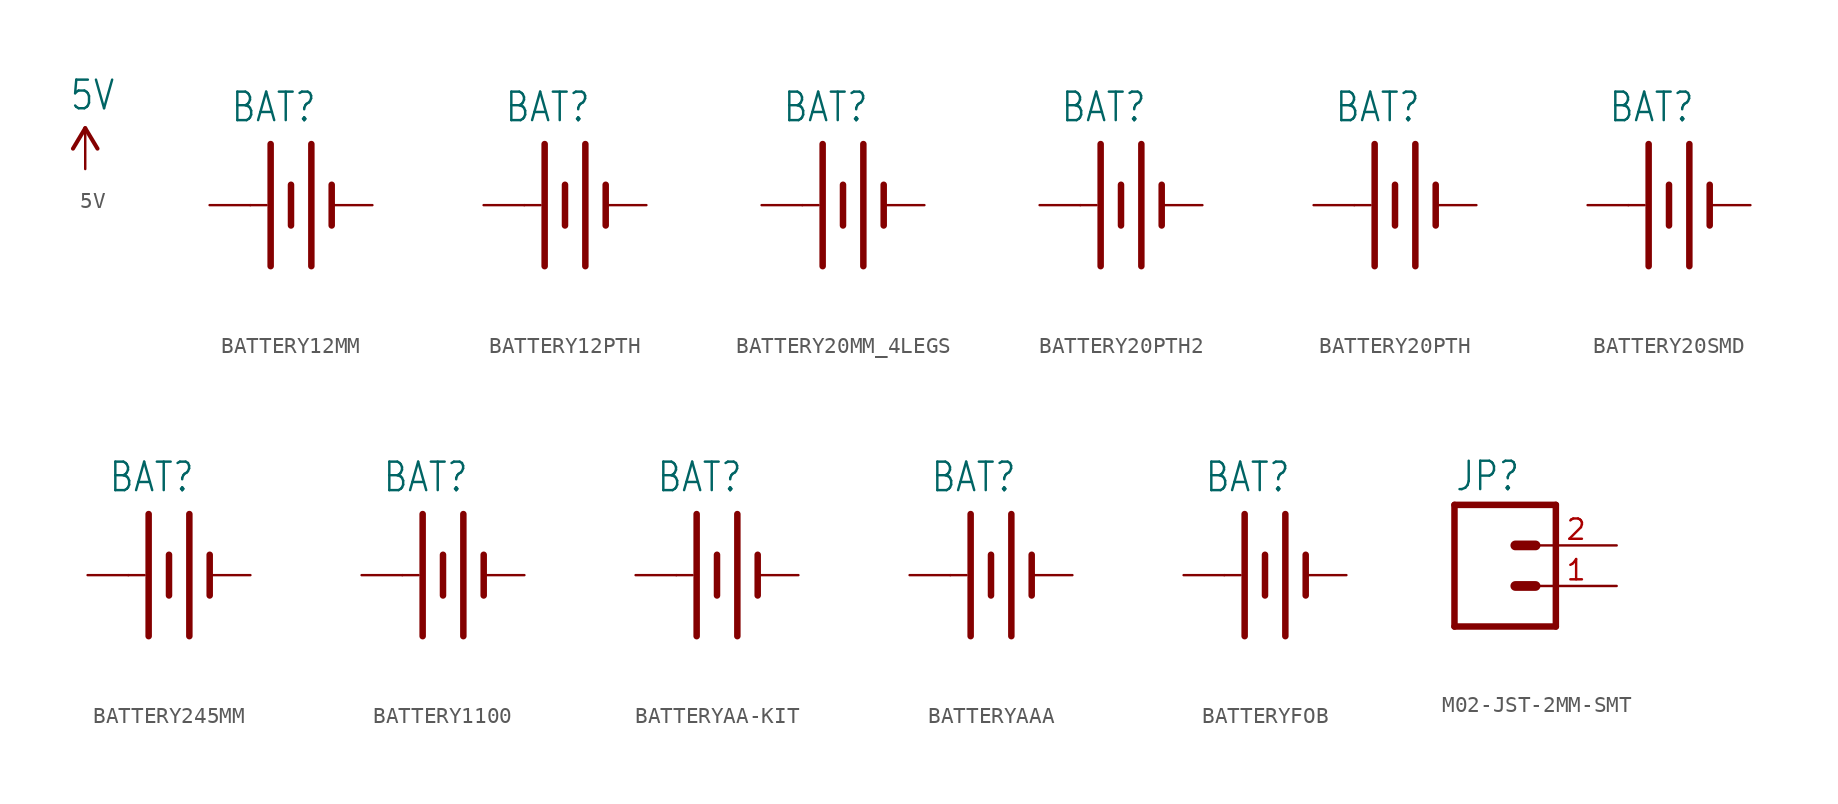
<source format=kicad_sym>
(kicad_symbol_lib
  (version 20220914)
  (generator kicad_symbol_editor)
  (symbol "5V"
    (power)
    (property "Reference" ""
      (at 0 0 0)
      (effects (font (size 1.27 1.27)) hide))
    (property "Value" "5V"
      (at -1.016 3.556 0)
      (effects (font (size 1.778 1.511)) (justify left bottom)))
    (property "ki_locked" ""
      (at 0 0 0)
      (effects (font (size 1.27 1.27))))
    (symbol "5V_1_0"
      (polyline (pts (xy 0 2.54) (xy -0.762 1.27)) (stroke (width 0.254) (type solid)) (fill (type none)))
      (polyline (pts (xy 0.762 1.27) (xy 0 2.54)) (stroke (width 0.254) (type solid)) (fill (type none)))
      (pin power_in line (at 0 0 90) (length 2.54) (name "5V" (effects (font (size 0 0)))) (number "1" (effects (font (size 0 0)))))))
  (symbol "BATTERY12MM"
    (property "Reference" "BAT"
      (at -3.81 5.08 0)
      (effects (font (size 1.778 1.511)) (justify left bottom)))
    (property "Value" ""
      (at -3.81 -6.35 0)
      (effects (font (size 1.778 1.511)) (justify left bottom)))
    (property "ki_locked" ""
      (at 0 0 0)
      (effects (font (size 1.27 1.27))))
    (symbol "BATTERY12MM_1_0"
      (polyline (pts (xy -2.54 0) (xy -1.524 0)) (stroke (width 0.152) (type solid)) (fill (type none)))
      (polyline (pts (xy -1.27 3.81) (xy -1.27 -3.81)) (stroke (width 0.406) (type solid)) (fill (type none)))
      (polyline (pts (xy 0 1.27) (xy 0 -1.27)) (stroke (width 0.406) (type solid)) (fill (type none)))
      (polyline (pts (xy 1.27 3.81) (xy 1.27 -3.81)) (stroke (width 0.406) (type solid)) (fill (type none)))
      (polyline (pts (xy 2.54 1.27) (xy 2.54 -1.27)) (stroke (width 0.406) (type solid)) (fill (type none)))
      (pin power_in line (at 5.08 0 180) (length 2.54) (name "-" (effects (font (size 0 0)))) (number "GND" (effects (font (size 0 0)))))
      (pin power_in line (at -5.08 0 0) (length 2.54) (name "+" (effects (font (size 0 0)))) (number "PWR@1" (effects (font (size 0 0)))))))
  (symbol "BATTERY12PTH"
    (property "Reference" "BAT"
      (at -3.81 5.08 0)
      (effects (font (size 1.778 1.511)) (justify left bottom)))
    (property "Value" ""
      (at -3.81 -6.35 0)
      (effects (font (size 1.778 1.511)) (justify left bottom)))
    (property "ki_locked" ""
      (at 0 0 0)
      (effects (font (size 1.27 1.27))))
    (symbol "BATTERY12PTH_1_0"
      (polyline (pts (xy -2.54 0) (xy -1.524 0)) (stroke (width 0.152) (type solid)) (fill (type none)))
      (polyline (pts (xy -1.27 3.81) (xy -1.27 -3.81)) (stroke (width 0.406) (type solid)) (fill (type none)))
      (polyline (pts (xy 0 1.27) (xy 0 -1.27)) (stroke (width 0.406) (type solid)) (fill (type none)))
      (polyline (pts (xy 1.27 3.81) (xy 1.27 -3.81)) (stroke (width 0.406) (type solid)) (fill (type none)))
      (polyline (pts (xy 2.54 1.27) (xy 2.54 -1.27)) (stroke (width 0.406) (type solid)) (fill (type none)))
      (pin power_in line (at 5.08 0 180) (length 2.54) (name "-" (effects (font (size 0 0)))) (number "GND" (effects (font (size 0 0)))))
      (pin power_in line (at -5.08 0 0) (length 2.54) (name "+" (effects (font (size 0 0)))) (number "VCC@1" (effects (font (size 0 0)))))))
  (symbol "BATTERY20MM_4LEGS"
    (property "Reference" "BAT"
      (at -3.81 5.08 0)
      (effects (font (size 1.778 1.511)) (justify left bottom)))
    (property "Value" ""
      (at -3.81 -6.35 0)
      (effects (font (size 1.778 1.511)) (justify left bottom)))
    (property "ki_locked" ""
      (at 0 0 0)
      (effects (font (size 1.27 1.27))))
    (symbol "BATTERY20MM_4LEGS_1_0"
      (polyline (pts (xy -2.54 0) (xy -1.524 0)) (stroke (width 0.152) (type solid)) (fill (type none)))
      (polyline (pts (xy -1.27 3.81) (xy -1.27 -3.81)) (stroke (width 0.406) (type solid)) (fill (type none)))
      (polyline (pts (xy 0 1.27) (xy 0 -1.27)) (stroke (width 0.406) (type solid)) (fill (type none)))
      (polyline (pts (xy 1.27 3.81) (xy 1.27 -3.81)) (stroke (width 0.406) (type solid)) (fill (type none)))
      (polyline (pts (xy 2.54 1.27) (xy 2.54 -1.27)) (stroke (width 0.406) (type solid)) (fill (type none)))
      (pin power_in line (at -5.08 0 0) (length 2.54) (name "+" (effects (font (size 0 0)))) (number "1" (effects (font (size 0 0)))))
      (pin power_in line (at 5.08 0 180) (length 2.54) (name "-" (effects (font (size 0 0)))) (number "2" (effects (font (size 0 0)))))))
  (symbol "BATTERY20PTH2"
    (property "Reference" "BAT"
      (at -3.81 5.08 0)
      (effects (font (size 1.778 1.511)) (justify left bottom)))
    (property "Value" ""
      (at -3.81 -6.35 0)
      (effects (font (size 1.778 1.511)) (justify left bottom)))
    (property "ki_locked" ""
      (at 0 0 0)
      (effects (font (size 1.27 1.27))))
    (symbol "BATTERY20PTH2_1_0"
      (polyline (pts (xy -2.54 0) (xy -1.524 0)) (stroke (width 0.152) (type solid)) (fill (type none)))
      (polyline (pts (xy -1.27 3.81) (xy -1.27 -3.81)) (stroke (width 0.406) (type solid)) (fill (type none)))
      (polyline (pts (xy 0 1.27) (xy 0 -1.27)) (stroke (width 0.406) (type solid)) (fill (type none)))
      (polyline (pts (xy 1.27 3.81) (xy 1.27 -3.81)) (stroke (width 0.406) (type solid)) (fill (type none)))
      (polyline (pts (xy 2.54 1.27) (xy 2.54 -1.27)) (stroke (width 0.406) (type solid)) (fill (type none)))
      (pin power_in line (at -5.08 0 0) (length 2.54) (name "+" (effects (font (size 0 0)))) (number "+" (effects (font (size 0 0)))))
      (pin power_in line (at 5.08 0 180) (length 2.54) (name "-" (effects (font (size 0 0)))) (number "-" (effects (font (size 0 0)))))))
  (symbol "BATTERY20PTH"
    (property "Reference" "BAT"
      (at -3.81 5.08 0)
      (effects (font (size 1.778 1.511)) (justify left bottom)))
    (property "Value" ""
      (at -3.81 -6.35 0)
      (effects (font (size 1.778 1.511)) (justify left bottom)))
    (property "ki_locked" ""
      (at 0 0 0)
      (effects (font (size 1.27 1.27))))
    (symbol "BATTERY20PTH_1_0"
      (polyline (pts (xy -2.54 0) (xy -1.524 0)) (stroke (width 0.152) (type solid)) (fill (type none)))
      (polyline (pts (xy -1.27 3.81) (xy -1.27 -3.81)) (stroke (width 0.406) (type solid)) (fill (type none)))
      (polyline (pts (xy 0 1.27) (xy 0 -1.27)) (stroke (width 0.406) (type solid)) (fill (type none)))
      (polyline (pts (xy 1.27 3.81) (xy 1.27 -3.81)) (stroke (width 0.406) (type solid)) (fill (type none)))
      (polyline (pts (xy 2.54 1.27) (xy 2.54 -1.27)) (stroke (width 0.406) (type solid)) (fill (type none)))
      (pin power_in line (at -5.08 0 0) (length 2.54) (name "+" (effects (font (size 0 0)))) (number "1" (effects (font (size 0 0)))))
      (pin power_in line (at 5.08 0 180) (length 2.54) (name "-" (effects (font (size 0 0)))) (number "2" (effects (font (size 0 0)))))))
  (symbol "BATTERY20SMD"
    (property "Reference" "BAT"
      (at -3.81 5.08 0)
      (effects (font (size 1.778 1.511)) (justify left bottom)))
    (property "Value" ""
      (at -3.81 -6.35 0)
      (effects (font (size 1.778 1.511)) (justify left bottom)))
    (property "ki_locked" ""
      (at 0 0 0)
      (effects (font (size 1.27 1.27))))
    (symbol "BATTERY20SMD_1_0"
      (polyline (pts (xy -2.54 0) (xy -1.524 0)) (stroke (width 0.152) (type solid)) (fill (type none)))
      (polyline (pts (xy -1.27 3.81) (xy -1.27 -3.81)) (stroke (width 0.406) (type solid)) (fill (type none)))
      (polyline (pts (xy 0 1.27) (xy 0 -1.27)) (stroke (width 0.406) (type solid)) (fill (type none)))
      (polyline (pts (xy 1.27 3.81) (xy 1.27 -3.81)) (stroke (width 0.406) (type solid)) (fill (type none)))
      (polyline (pts (xy 2.54 1.27) (xy 2.54 -1.27)) (stroke (width 0.406) (type solid)) (fill (type none)))
      (pin power_in line (at -5.08 0 0) (length 2.54) (name "+" (effects (font (size 0 0)))) (number "1" (effects (font (size 0 0)))))
      (pin power_in line (at 5.08 0 180) (length 2.54) (name "-" (effects (font (size 0 0)))) (number "2" (effects (font (size 0 0)))))))
  (symbol "BATTERY245MM"
    (property "Reference" "BAT"
      (at -3.81 5.08 0)
      (effects (font (size 1.778 1.511)) (justify left bottom)))
    (property "Value" ""
      (at -3.81 -6.35 0)
      (effects (font (size 1.778 1.511)) (justify left bottom)))
    (property "ki_locked" ""
      (at 0 0 0)
      (effects (font (size 1.27 1.27))))
    (symbol "BATTERY245MM_1_0"
      (polyline (pts (xy -2.54 0) (xy -1.524 0)) (stroke (width 0.152) (type solid)) (fill (type none)))
      (polyline (pts (xy -1.27 3.81) (xy -1.27 -3.81)) (stroke (width 0.406) (type solid)) (fill (type none)))
      (polyline (pts (xy 0 1.27) (xy 0 -1.27)) (stroke (width 0.406) (type solid)) (fill (type none)))
      (polyline (pts (xy 1.27 3.81) (xy 1.27 -3.81)) (stroke (width 0.406) (type solid)) (fill (type none)))
      (polyline (pts (xy 2.54 1.27) (xy 2.54 -1.27)) (stroke (width 0.406) (type solid)) (fill (type none)))
      (pin power_in line (at -5.08 0 0) (length 2.54) (name "+" (effects (font (size 0 0)))) (number "1" (effects (font (size 0 0)))))
      (pin power_in line (at 5.08 0 180) (length 2.54) (name "-" (effects (font (size 0 0)))) (number "2" (effects (font (size 0 0)))))))
  (symbol "BATTERY1100"
    (property "Reference" "BAT"
      (at -3.81 5.08 0)
      (effects (font (size 1.778 1.511)) (justify left bottom)))
    (property "Value" ""
      (at -3.81 -6.35 0)
      (effects (font (size 1.778 1.511)) (justify left bottom)))
    (property "ki_locked" ""
      (at 0 0 0)
      (effects (font (size 1.27 1.27))))
    (symbol "BATTERY1100_1_0"
      (polyline (pts (xy -2.54 0) (xy -1.524 0)) (stroke (width 0.152) (type solid)) (fill (type none)))
      (polyline (pts (xy -1.27 3.81) (xy -1.27 -3.81)) (stroke (width 0.406) (type solid)) (fill (type none)))
      (polyline (pts (xy 0 1.27) (xy 0 -1.27)) (stroke (width 0.406) (type solid)) (fill (type none)))
      (polyline (pts (xy 1.27 3.81) (xy 1.27 -3.81)) (stroke (width 0.406) (type solid)) (fill (type none)))
      (polyline (pts (xy 2.54 1.27) (xy 2.54 -1.27)) (stroke (width 0.406) (type solid)) (fill (type none)))
      (pin power_in line (at -5.08 0 0) (length 2.54) (name "+" (effects (font (size 0 0)))) (number "+" (effects (font (size 0 0)))))
      (pin power_in line (at 5.08 0 180) (length 2.54) (name "-" (effects (font (size 0 0)))) (number "-" (effects (font (size 0 0)))))))
  (symbol "BATTERYAA-KIT"
    (property "Reference" "BAT"
      (at -3.81 5.08 0)
      (effects (font (size 1.778 1.511)) (justify left bottom)))
    (property "Value" ""
      (at -3.81 -6.35 0)
      (effects (font (size 1.778 1.511)) (justify left bottom)))
    (property "ki_locked" ""
      (at 0 0 0)
      (effects (font (size 1.27 1.27))))
    (symbol "BATTERYAA-KIT_1_0"
      (polyline (pts (xy -2.54 0) (xy -1.524 0)) (stroke (width 0.152) (type solid)) (fill (type none)))
      (polyline (pts (xy -1.27 3.81) (xy -1.27 -3.81)) (stroke (width 0.406) (type solid)) (fill (type none)))
      (polyline (pts (xy 0 1.27) (xy 0 -1.27)) (stroke (width 0.406) (type solid)) (fill (type none)))
      (polyline (pts (xy 1.27 3.81) (xy 1.27 -3.81)) (stroke (width 0.406) (type solid)) (fill (type none)))
      (polyline (pts (xy 2.54 1.27) (xy 2.54 -1.27)) (stroke (width 0.406) (type solid)) (fill (type none)))
      (pin power_in line (at 5.08 0 180) (length 2.54) (name "-" (effects (font (size 0 0)))) (number "GND@1" (effects (font (size 0 0)))))
      (pin power_in line (at -5.08 0 0) (length 2.54) (name "+" (effects (font (size 0 0)))) (number "PWR@1" (effects (font (size 0 0)))))))
  (symbol "BATTERYAAA"
    (property "Reference" "BAT"
      (at -3.81 5.08 0)
      (effects (font (size 1.778 1.511)) (justify left bottom)))
    (property "Value" ""
      (at -3.81 -6.35 0)
      (effects (font (size 1.778 1.511)) (justify left bottom)))
    (property "ki_locked" ""
      (at 0 0 0)
      (effects (font (size 1.27 1.27))))
    (symbol "BATTERYAAA_1_0"
      (polyline (pts (xy -2.54 0) (xy -1.524 0)) (stroke (width 0.152) (type solid)) (fill (type none)))
      (polyline (pts (xy -1.27 3.81) (xy -1.27 -3.81)) (stroke (width 0.406) (type solid)) (fill (type none)))
      (polyline (pts (xy 0 1.27) (xy 0 -1.27)) (stroke (width 0.406) (type solid)) (fill (type none)))
      (polyline (pts (xy 1.27 3.81) (xy 1.27 -3.81)) (stroke (width 0.406) (type solid)) (fill (type none)))
      (polyline (pts (xy 2.54 1.27) (xy 2.54 -1.27)) (stroke (width 0.406) (type solid)) (fill (type none)))
      (pin power_in line (at 5.08 0 180) (length 2.54) (name "-" (effects (font (size 0 0)))) (number "GND@1" (effects (font (size 0 0)))))
      (pin power_in line (at -5.08 0 0) (length 2.54) (name "+" (effects (font (size 0 0)))) (number "PWR@1" (effects (font (size 0 0)))))))
  (symbol "BATTERYFOB"
    (property "Reference" "BAT"
      (at -3.81 5.08 0)
      (effects (font (size 1.778 1.511)) (justify left bottom)))
    (property "Value" ""
      (at -3.81 -6.35 0)
      (effects (font (size 1.778 1.511)) (justify left bottom)))
    (property "ki_locked" ""
      (at 0 0 0)
      (effects (font (size 1.27 1.27))))
    (symbol "BATTERYFOB_1_0"
      (polyline (pts (xy -2.54 0) (xy -1.524 0)) (stroke (width 0.152) (type solid)) (fill (type none)))
      (polyline (pts (xy -1.27 3.81) (xy -1.27 -3.81)) (stroke (width 0.406) (type solid)) (fill (type none)))
      (polyline (pts (xy 0 1.27) (xy 0 -1.27)) (stroke (width 0.406) (type solid)) (fill (type none)))
      (polyline (pts (xy 1.27 3.81) (xy 1.27 -3.81)) (stroke (width 0.406) (type solid)) (fill (type none)))
      (polyline (pts (xy 2.54 1.27) (xy 2.54 -1.27)) (stroke (width 0.406) (type solid)) (fill (type none)))
      (pin power_in line (at -5.08 0 0) (length 2.54) (name "+" (effects (font (size 0 0)))) (number "1" (effects (font (size 0 0)))))
      (pin power_in line (at 5.08 0 180) (length 2.54) (name "-" (effects (font (size 0 0)))) (number "2" (effects (font (size 0 0)))))))
  (symbol "M02-JST-2MM-SMT"
    (property "Reference" "JP"
      (at -2.54 5.842 0)
      (effects (font (size 1.778 1.511)) (justify left bottom)))
    (property "Value" ""
      (at -2.54 -5.08 0)
      (effects (font (size 1.778 1.511)) (justify left bottom)))
    (property "ki_locked" ""
      (at 0 0 0)
      (effects (font (size 1.27 1.27))))
    (symbol "M02-JST-2MM-SMT_1_0"
      (polyline (pts (xy -2.54 5.08) (xy -2.54 -2.54)) (stroke (width 0.406) (type solid)) (fill (type none)))
      (polyline (pts (xy -2.54 5.08) (xy 3.81 5.08)) (stroke (width 0.406) (type solid)) (fill (type none)))
      (polyline (pts (xy 1.27 0) (xy 2.54 0)) (stroke (width 0.61) (type solid)) (fill (type none)))
      (polyline (pts (xy 1.27 2.54) (xy 2.54 2.54)) (stroke (width 0.61) (type solid)) (fill (type none)))
      (polyline (pts (xy 3.81 -2.54) (xy -2.54 -2.54)) (stroke (width 0.406) (type solid)) (fill (type none)))
      (polyline (pts (xy 3.81 -2.54) (xy 3.81 5.08)) (stroke (width 0.406) (type solid)) (fill (type none)))
      (pin passive line (at 7.62 0 180) (length 5.08) (name "1" (effects (font (size 0 0)))) (number "1" (effects (font (size 1.27 1.27)))))
      (pin passive line (at 7.62 2.54 180) (length 5.08) (name "2" (effects (font (size 0 0)))) (number "2" (effects (font (size 1.27 1.27))))))))
</source>
